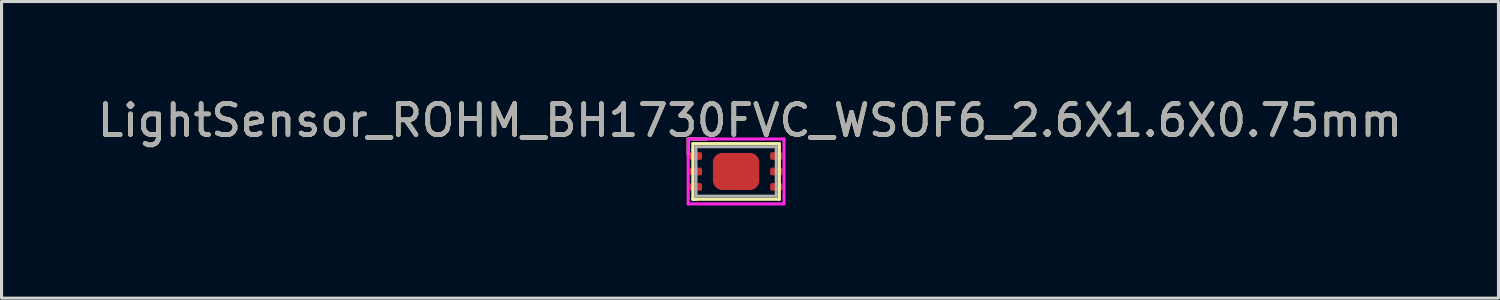
<source format=kicad_pcb>
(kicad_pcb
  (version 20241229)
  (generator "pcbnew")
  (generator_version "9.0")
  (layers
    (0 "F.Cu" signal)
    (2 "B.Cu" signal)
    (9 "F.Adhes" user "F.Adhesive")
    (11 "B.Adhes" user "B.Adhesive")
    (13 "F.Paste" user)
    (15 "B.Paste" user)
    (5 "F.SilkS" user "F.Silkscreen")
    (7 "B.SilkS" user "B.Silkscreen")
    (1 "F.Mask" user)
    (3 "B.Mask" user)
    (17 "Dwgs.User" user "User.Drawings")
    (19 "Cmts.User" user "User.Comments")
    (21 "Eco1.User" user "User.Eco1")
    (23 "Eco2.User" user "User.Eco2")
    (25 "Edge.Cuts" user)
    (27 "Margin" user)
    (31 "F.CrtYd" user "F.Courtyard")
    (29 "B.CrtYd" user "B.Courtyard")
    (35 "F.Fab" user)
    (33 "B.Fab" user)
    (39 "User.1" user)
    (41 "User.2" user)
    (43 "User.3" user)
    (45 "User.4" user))
  (footprint "LightSensor_ROHM_BH1730FVC_WSOF6_2.6X1.6X0.75mm"
    (layer "F.Cu")
    (at 20.77 2.498)
    (property "Reference" "LightSensor_ROHM_BH1730FVC_WSOF6_2.6X1.6X0.75mm" (at 0.45 -1.65 0) (layer "F.SilkS") (effects (font (size 1 1) (thickness 0.15))))
    (attr smd)
    (fp_line (start -1.55 -1.05) (end -0.95 -1.05) (stroke (width 0.1) (type solid)) (layer "F.SilkS"))
    (fp_line (start -1.55 -0.55) (end -1.55 -1.05) (stroke (width 0.1) (type solid)) (layer "F.SilkS"))
    (fp_line (start -1.4 -0.9) (end 1.4 -0.9) (stroke (width 0.1) (type solid)) (layer "F.SilkS"))
    (fp_line (start -1.4 -0.7) (end -1.4 -0.9) (stroke (width 0.1) (type solid)) (layer "F.SilkS"))
    (fp_line (start -1.4 0.9) (end -1.4 -0.7) (stroke (width 0.1) (type solid)) (layer "F.SilkS"))
    (fp_line (start -1.4 0.9) (end -1.3 0.9) (stroke (width 0.1) (type solid)) (layer "F.SilkS"))
    (fp_line (start -1.3 0.9) (end -1.4 0.9) (stroke (width 0.1) (type solid)) (layer "F.SilkS"))
    (fp_line (start 1.4 -0.9) (end 1.4 0.9) (stroke (width 0.1) (type solid)) (layer "F.SilkS"))
    (fp_line (start 1.4 0.9) (end -1.3 0.9) (stroke (width 0.1) (type solid)) (layer "F.SilkS"))
    (fp_line (start -1.55 -1.05) (end 1.55 -1.05) (stroke (width 0.1) (type solid)) (layer "F.CrtYd"))
    (fp_line (start -1.55 1.05) (end -1.55 -1.05) (stroke (width 0.1) (type solid)) (layer "F.CrtYd"))
    (fp_line (start 1.55 -1.05) (end 1.55 1.05) (stroke (width 0.1) (type solid)) (layer "F.CrtYd"))
    (fp_line (start 1.55 1.05) (end -1.55 1.05) (stroke (width 0.1) (type solid)) (layer "F.CrtYd"))
    (fp_line (start -1.3 -0.8) (end 1.3 -0.8) (stroke (width 0.1) (type solid)) (layer "F.Fab"))
    (fp_line (start -1.3 0.8) (end -1.3 -0.8) (stroke (width 0.1) (type solid)) (layer "F.Fab"))
    (fp_line (start 1.3 -0.8) (end 1.3 0.8) (stroke (width 0.1) (type solid)) (layer "F.Fab"))
    (fp_line (start 1.3 0.8) (end -1.3 0.8) (stroke (width 0.1) (type solid)) (layer "F.Fab"))
    (fp_text user "${REFERENCE}" (at 0.45 -1.65 0) (layer "F.Fab") (effects (font (size 1 1) (thickness 0.15))))
    (pad "1" smd roundrect (at -1.3 -0.5) (size 0.4 0.25) (layers "F.Cu" "F.Mask" "F.Paste") (roundrect_rratio 0.25))
    (pad "2" smd roundrect (at -1.3 0) (size 0.4 0.25) (layers "F.Cu" "F.Mask" "F.Paste") (roundrect_rratio 0.25))
    (pad "3" smd roundrect (at -1.3 0.5) (size 0.4 0.25) (layers "F.Cu" "F.Mask" "F.Paste") (roundrect_rratio 0.25))
    (pad "4" smd roundrect (at 1.3 0.5) (size 0.4 0.25) (layers "F.Cu" "F.Mask" "F.Paste") (roundrect_rratio 0.25))
    (pad "5" smd roundrect (at 1.3 0) (size 0.4 0.25) (layers "F.Cu" "F.Mask" "F.Paste") (roundrect_rratio 0.25))
    (pad "6" smd roundrect (at 1.3 -0.5) (size 0.4 0.25) (layers "F.Cu" "F.Mask" "F.Paste") (roundrect_rratio 0.25))
    (pad "7" smd roundrect (at 0 0) (size 1.5 1.2) (layers "F.Cu" "F.Mask" "F.Paste") (roundrect_rratio 0.25)))
  (gr_rect
    (start -3 -3)
    (end 45.44 6.598)
    (stroke (width 0.1) (type default))
    (fill no)
    (layer "Edge.Cuts")))
</source>
